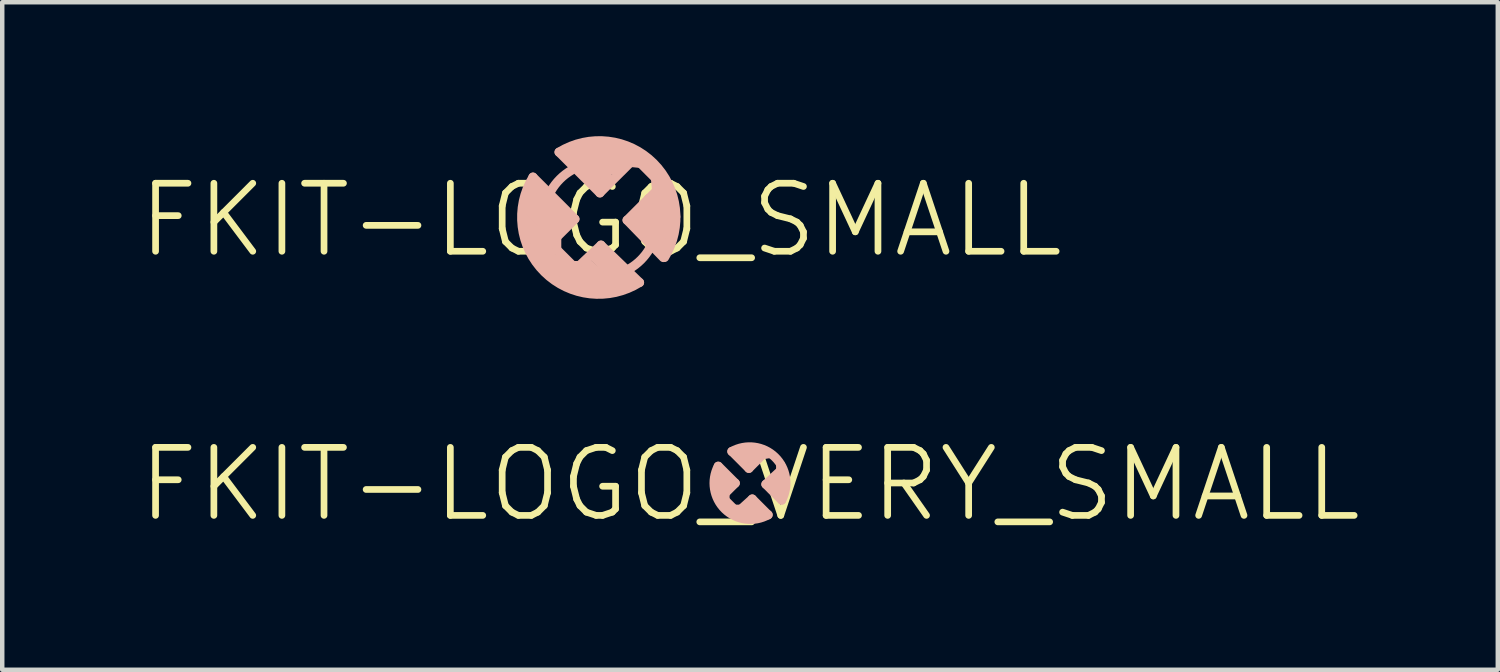
<source format=kicad_pcb>
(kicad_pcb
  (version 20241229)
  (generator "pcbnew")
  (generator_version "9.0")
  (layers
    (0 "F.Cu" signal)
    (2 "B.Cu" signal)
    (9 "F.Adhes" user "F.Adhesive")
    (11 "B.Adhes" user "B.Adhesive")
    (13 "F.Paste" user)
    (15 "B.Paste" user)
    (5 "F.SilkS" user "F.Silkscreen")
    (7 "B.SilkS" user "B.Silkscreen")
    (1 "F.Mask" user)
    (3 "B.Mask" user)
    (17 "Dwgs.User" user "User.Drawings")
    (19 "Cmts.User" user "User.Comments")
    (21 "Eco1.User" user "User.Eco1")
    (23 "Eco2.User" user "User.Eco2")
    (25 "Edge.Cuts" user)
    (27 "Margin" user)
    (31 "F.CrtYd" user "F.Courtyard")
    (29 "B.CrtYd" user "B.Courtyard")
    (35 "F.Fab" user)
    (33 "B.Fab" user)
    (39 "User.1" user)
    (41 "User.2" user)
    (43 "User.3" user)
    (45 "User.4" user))
  (footprint "FKIT-LOGO_VERY_SMALL"
    (layer "F.Cu")
    (at 13.752 7.799)
    (property "Reference" "FKIT-LOGO_VERY_SMALL" (at 0 0 0) (layer "F.SilkS") (effects (font (size 1.524 1.524) (thickness 0.15))))
    (attr exclude_from_pos_files exclude_from_bom)
    (fp_line (start -0.711 -0.406) (end -0.33 -0.025) (stroke (width 0.203) (type solid)) (layer "B.SilkS"))
    (fp_line (start -0.66 -0.203) (end -0.686 0.152) (stroke (width 0.203) (type solid)) (layer "B.SilkS"))
    (fp_line (start -0.559 0.127) (end -0.533 -0.102) (stroke (width 0.203) (type solid)) (layer "B.SilkS"))
    (fp_line (start -0.559 0.203) (end -0.559 0.356) (stroke (width 0.203) (type solid)) (layer "B.SilkS"))
    (fp_line (start -0.559 0.356) (end -0.356 0.559) (stroke (width 0.203) (type solid)) (layer "B.SilkS"))
    (fp_line (start -0.406 -0.737) (end -0.025 -0.356) (stroke (width 0.203) (type solid)) (layer "B.SilkS"))
    (fp_line (start -0.356 0.559) (end -0.203 0.559) (stroke (width 0.203) (type solid)) (layer "B.SilkS"))
    (fp_line (start -0.33 -0.025) (end -0.559 0.203) (stroke (width 0.203) (type solid)) (layer "B.SilkS"))
    (fp_line (start -0.203 0.559) (end 0.051 0.33) (stroke (width 0.203) (type solid)) (layer "B.SilkS"))
    (fp_line (start -0.178 -0.635) (end 0 -0.711) (stroke (width 0.203) (type solid)) (layer "B.SilkS"))
    (fp_line (start -0.152 0.66) (end 0.229 0.66) (stroke (width 0.203) (type solid)) (layer "B.SilkS"))
    (fp_line (start -0.025 -0.356) (end 0.279 -0.66) (stroke (width 0.203) (type solid)) (layer "B.SilkS"))
    (fp_line (start 0.051 0.33) (end 0.406 0.686) (stroke (width 0.203) (type solid)) (layer "B.SilkS"))
    (fp_line (start 0.152 0.533) (end -0.025 0.508) (stroke (width 0.203) (type solid)) (layer "B.SilkS"))
    (fp_line (start 0.203 -0.737) (end -0.051 -0.584) (stroke (width 0.203) (type solid)) (layer "B.SilkS"))
    (fp_line (start 0.279 -0.66) (end 0.432 -0.686) (stroke (width 0.203) (type solid)) (layer "B.SilkS"))
    (fp_line (start 0.356 0) (end 0.686 -0.305) (stroke (width 0.203) (type solid)) (layer "B.SilkS"))
    (fp_line (start 0.635 0.178) (end 0.686 -0.025) (stroke (width 0.203) (type solid)) (layer "B.SilkS"))
    (fp_line (start 0.686 -0.305) (end 0.686 -0.432) (stroke (width 0.203) (type solid)) (layer "B.SilkS"))
    (fp_line (start 0.686 -0.178) (end 0.533 0.025) (stroke (width 0.203) (type solid)) (layer "B.SilkS"))
    (fp_line (start 0.711 0.356) (end 0.356 0) (stroke (width 0.203) (type solid)) (layer "B.SilkS"))
    (fp_arc (start -0.4064 -0.73406) (mid 0.558598 -0.609028) (end 0.712789 0.351741) (stroke (width 0.2032) (type solid)) (layer "B.SilkS"))
    (fp_arc (start 0.4064 0.68326) (mid -0.558598 0.558228) (end -0.712789 -0.402541) (stroke (width 0.2032) (type solid)) (layer "B.SilkS")))
  (footprint "FKIT-LOGO_SMALL"
    (layer "F.Cu")
    (at 10.414 1.882)
    (property "Reference" "FKIT-LOGO_SMALL" (at 0 0 0) (layer "F.SilkS") (effects (font (size 1.524 1.524) (thickness 0.15))))
    (attr exclude_from_pos_files exclude_from_bom)
    (fp_line (start -1.676 -0.432) (end -0.991 0.203) (stroke (width 0.203) (type solid)) (layer "B.SilkS"))
    (fp_line (start -1.651 -0.254) (end -1.651 -0.025) (stroke (width 0.203) (type solid)) (layer "B.SilkS"))
    (fp_line (start -1.651 -0.025) (end -1.067 0.533) (stroke (width 0.203) (type solid)) (layer "B.SilkS"))
    (fp_line (start -1.651 0.178) (end -1.575 0.406) (stroke (width 0.203) (type solid)) (layer "B.SilkS"))
    (fp_line (start -1.575 0.406) (end -0.229 1.575) (stroke (width 0.203) (type solid)) (layer "B.SilkS"))
    (fp_line (start -1.549 -0.787) (end -0.813 -0.025) (stroke (width 0.203) (type solid)) (layer "B.SilkS"))
    (fp_line (start -1.524 -0.965) (end -0.584 -0.025) (stroke (width 0.203) (type solid)) (layer "B.SilkS"))
    (fp_line (start -1.499 0.61) (end -0.864 1.372) (stroke (width 0.203) (type solid)) (layer "B.SilkS"))
    (fp_line (start -1.09 0.686) (end -1.651 0.178) (stroke (width 0.203) (type solid)) (layer "B.SilkS"))
    (fp_line (start -1.067 0.33) (end -1.651 -0.254) (stroke (width 0.203) (type solid)) (layer "B.SilkS"))
    (fp_line (start -1.067 0.533) (end -1.09 0.686) (stroke (width 0.203) (type solid)) (layer "B.SilkS"))
    (fp_line (start -0.991 0.203) (end -1.067 0.33) (stroke (width 0.203) (type solid)) (layer "B.SilkS"))
    (fp_line (start -0.991 0.381) (end -0.991 0.66) (stroke (width 0.203) (type solid)) (layer "B.SilkS"))
    (fp_line (start -0.991 0.66) (end -0.635 1.016) (stroke (width 0.203) (type solid)) (layer "B.SilkS"))
    (fp_line (start -0.94 -1.524) (end -0.025 -0.61) (stroke (width 0.203) (type solid)) (layer "B.SilkS"))
    (fp_line (start -0.838 0.127) (end -1.575 -0.584) (stroke (width 0.203) (type solid)) (layer "B.SilkS"))
    (fp_line (start -0.787 -1.549) (end 0.762 -1.499) (stroke (width 0.203) (type solid)) (layer "B.SilkS"))
    (fp_line (start -0.737 -1.397) (end 0.94 -1.372) (stroke (width 0.203) (type solid)) (layer "B.SilkS"))
    (fp_line (start -0.635 1.016) (end -0.483 1.016) (stroke (width 0.203) (type solid)) (layer "B.SilkS"))
    (fp_line (start -0.584 -0.025) (end -0.991 0.381) (stroke (width 0.203) (type solid)) (layer "B.SilkS"))
    (fp_line (start -0.584 1.118) (end -0.051 1.549) (stroke (width 0.203) (type solid)) (layer "B.SilkS"))
    (fp_line (start -0.584 1.448) (end -1.499 0.61) (stroke (width 0.203) (type solid)) (layer "B.SilkS"))
    (fp_line (start -0.533 -1.245) (end 0.483 -1.245) (stroke (width 0.203) (type solid)) (layer "B.SilkS"))
    (fp_line (start -0.508 -1.651) (end 0.508 -1.626) (stroke (width 0.203) (type solid)) (layer "B.SilkS"))
    (fp_line (start -0.483 1.016) (end 0 0.559) (stroke (width 0.203) (type solid)) (layer "B.SilkS"))
    (fp_line (start -0.406 -1.118) (end 0.356 -1.118) (stroke (width 0.203) (type solid)) (layer "B.SilkS"))
    (fp_line (start -0.305 -0.965) (end 0.152 -0.965) (stroke (width 0.203) (type solid)) (layer "B.SilkS"))
    (fp_line (start -0.305 0.965) (end 0.33 1.499) (stroke (width 0.203) (type solid)) (layer "B.SilkS"))
    (fp_line (start -0.229 1.575) (end -0.584 1.448) (stroke (width 0.203) (type solid)) (layer "B.SilkS"))
    (fp_line (start -0.102 -0.813) (end 0.051 -0.838) (stroke (width 0.203) (type solid)) (layer "B.SilkS"))
    (fp_line (start -0.076 0.737) (end 0.635 1.346) (stroke (width 0.203) (type solid)) (layer "B.SilkS"))
    (fp_line (start -0.025 -0.61) (end 0.66 -1.293) (stroke (width 0.203) (type solid)) (layer "B.SilkS"))
    (fp_line (start 0 0.559) (end 0.864 1.397) (stroke (width 0.203) (type solid)) (layer "B.SilkS"))
    (fp_line (start 0.127 1.549) (end -0.356 1.09) (stroke (width 0.203) (type solid)) (layer "B.SilkS"))
    (fp_line (start 0.533 1.473) (end -0.178 0.813) (stroke (width 0.203) (type solid)) (layer "B.SilkS"))
    (fp_line (start 0.584 0) (end 1.397 0.838) (stroke (width 0.203) (type solid)) (layer "B.SilkS"))
    (fp_line (start 0.66 -1.293) (end 0.889 -1.27) (stroke (width 0.203) (type solid)) (layer "B.SilkS"))
    (fp_line (start 0.686 -0.051) (end 1.575 0.076) (stroke (width 0.203) (type solid)) (layer "B.SilkS"))
    (fp_line (start 0.787 0.076) (end 1.575 0.229) (stroke (width 0.203) (type solid)) (layer "B.SilkS"))
    (fp_line (start 0.864 -0.178) (end 1.676 -0.076) (stroke (width 0.203) (type solid)) (layer "B.SilkS"))
    (fp_line (start 0.889 -1.27) (end 1.219 -0.94) (stroke (width 0.203) (type solid)) (layer "B.SilkS"))
    (fp_line (start 0.94 0.229) (end 1.549 0.381) (stroke (width 0.203) (type solid)) (layer "B.SilkS"))
    (fp_line (start 0.991 -1.321) (end 1.219 -1.118) (stroke (width 0.203) (type solid)) (layer "B.SilkS"))
    (fp_line (start 1.041 -0.33) (end 1.6 -0.254) (stroke (width 0.203) (type solid)) (layer "B.SilkS"))
    (fp_line (start 1.067 -0.483) (end 0.584 0) (stroke (width 0.203) (type solid)) (layer "B.SilkS"))
    (fp_line (start 1.067 -0.483) (end 1.575 -0.406) (stroke (width 0.203) (type solid)) (layer "B.SilkS"))
    (fp_line (start 1.118 0.406) (end 1.422 0.508) (stroke (width 0.203) (type solid)) (layer "B.SilkS"))
    (fp_line (start 1.219 -0.94) (end 1.245 -0.66) (stroke (width 0.203) (type solid)) (layer "B.SilkS"))
    (fp_line (start 1.245 -0.66) (end 1.067 -0.483) (stroke (width 0.203) (type solid)) (layer "B.SilkS"))
    (fp_line (start 1.293 -0.914) (end 1.448 -0.889) (stroke (width 0.203) (type solid)) (layer "B.SilkS"))
    (fp_line (start 1.293 -0.584) (end 1.473 -0.559) (stroke (width 0.203) (type solid)) (layer "B.SilkS"))
    (fp_line (start 1.293 0.559) (end 1.372 0.686) (stroke (width 0.203) (type solid)) (layer "B.SilkS"))
    (fp_line (start 1.321 -0.762) (end 1.499 -0.737) (stroke (width 0.203) (type solid)) (layer "B.SilkS"))
    (fp_arc (start -1.1176 -0.6604) (mid -0.919754 -0.918591) (end -0.661824 -1.116778) (stroke (width 0.2032) (type solid)) (layer "B.SilkS"))
    (fp_arc (start -0.9398 -1.524) (mid 1.174733 -1.278062) (end 1.423683 0.836118) (stroke (width 0.2032) (type solid)) (layer "B.SilkS"))
    (fp_arc (start 0.8636 1.397) (mid -1.265868 1.16272) (end -1.524044 -0.963983) (stroke (width 0.2032) (type solid)) (layer "B.SilkS"))
    (fp_arc (start 1.08966 0.635) (mid 0.8919 0.892533) (end 0.634225 1.090108) (stroke (width 0.2032) (type solid)) (layer "B.SilkS")))
  (gr_rect
    (start -3 -3)
    (end 30.505 11.954)
    (stroke (width 0.1) (type default))
    (fill no)
    (layer "Edge.Cuts")))
</source>
